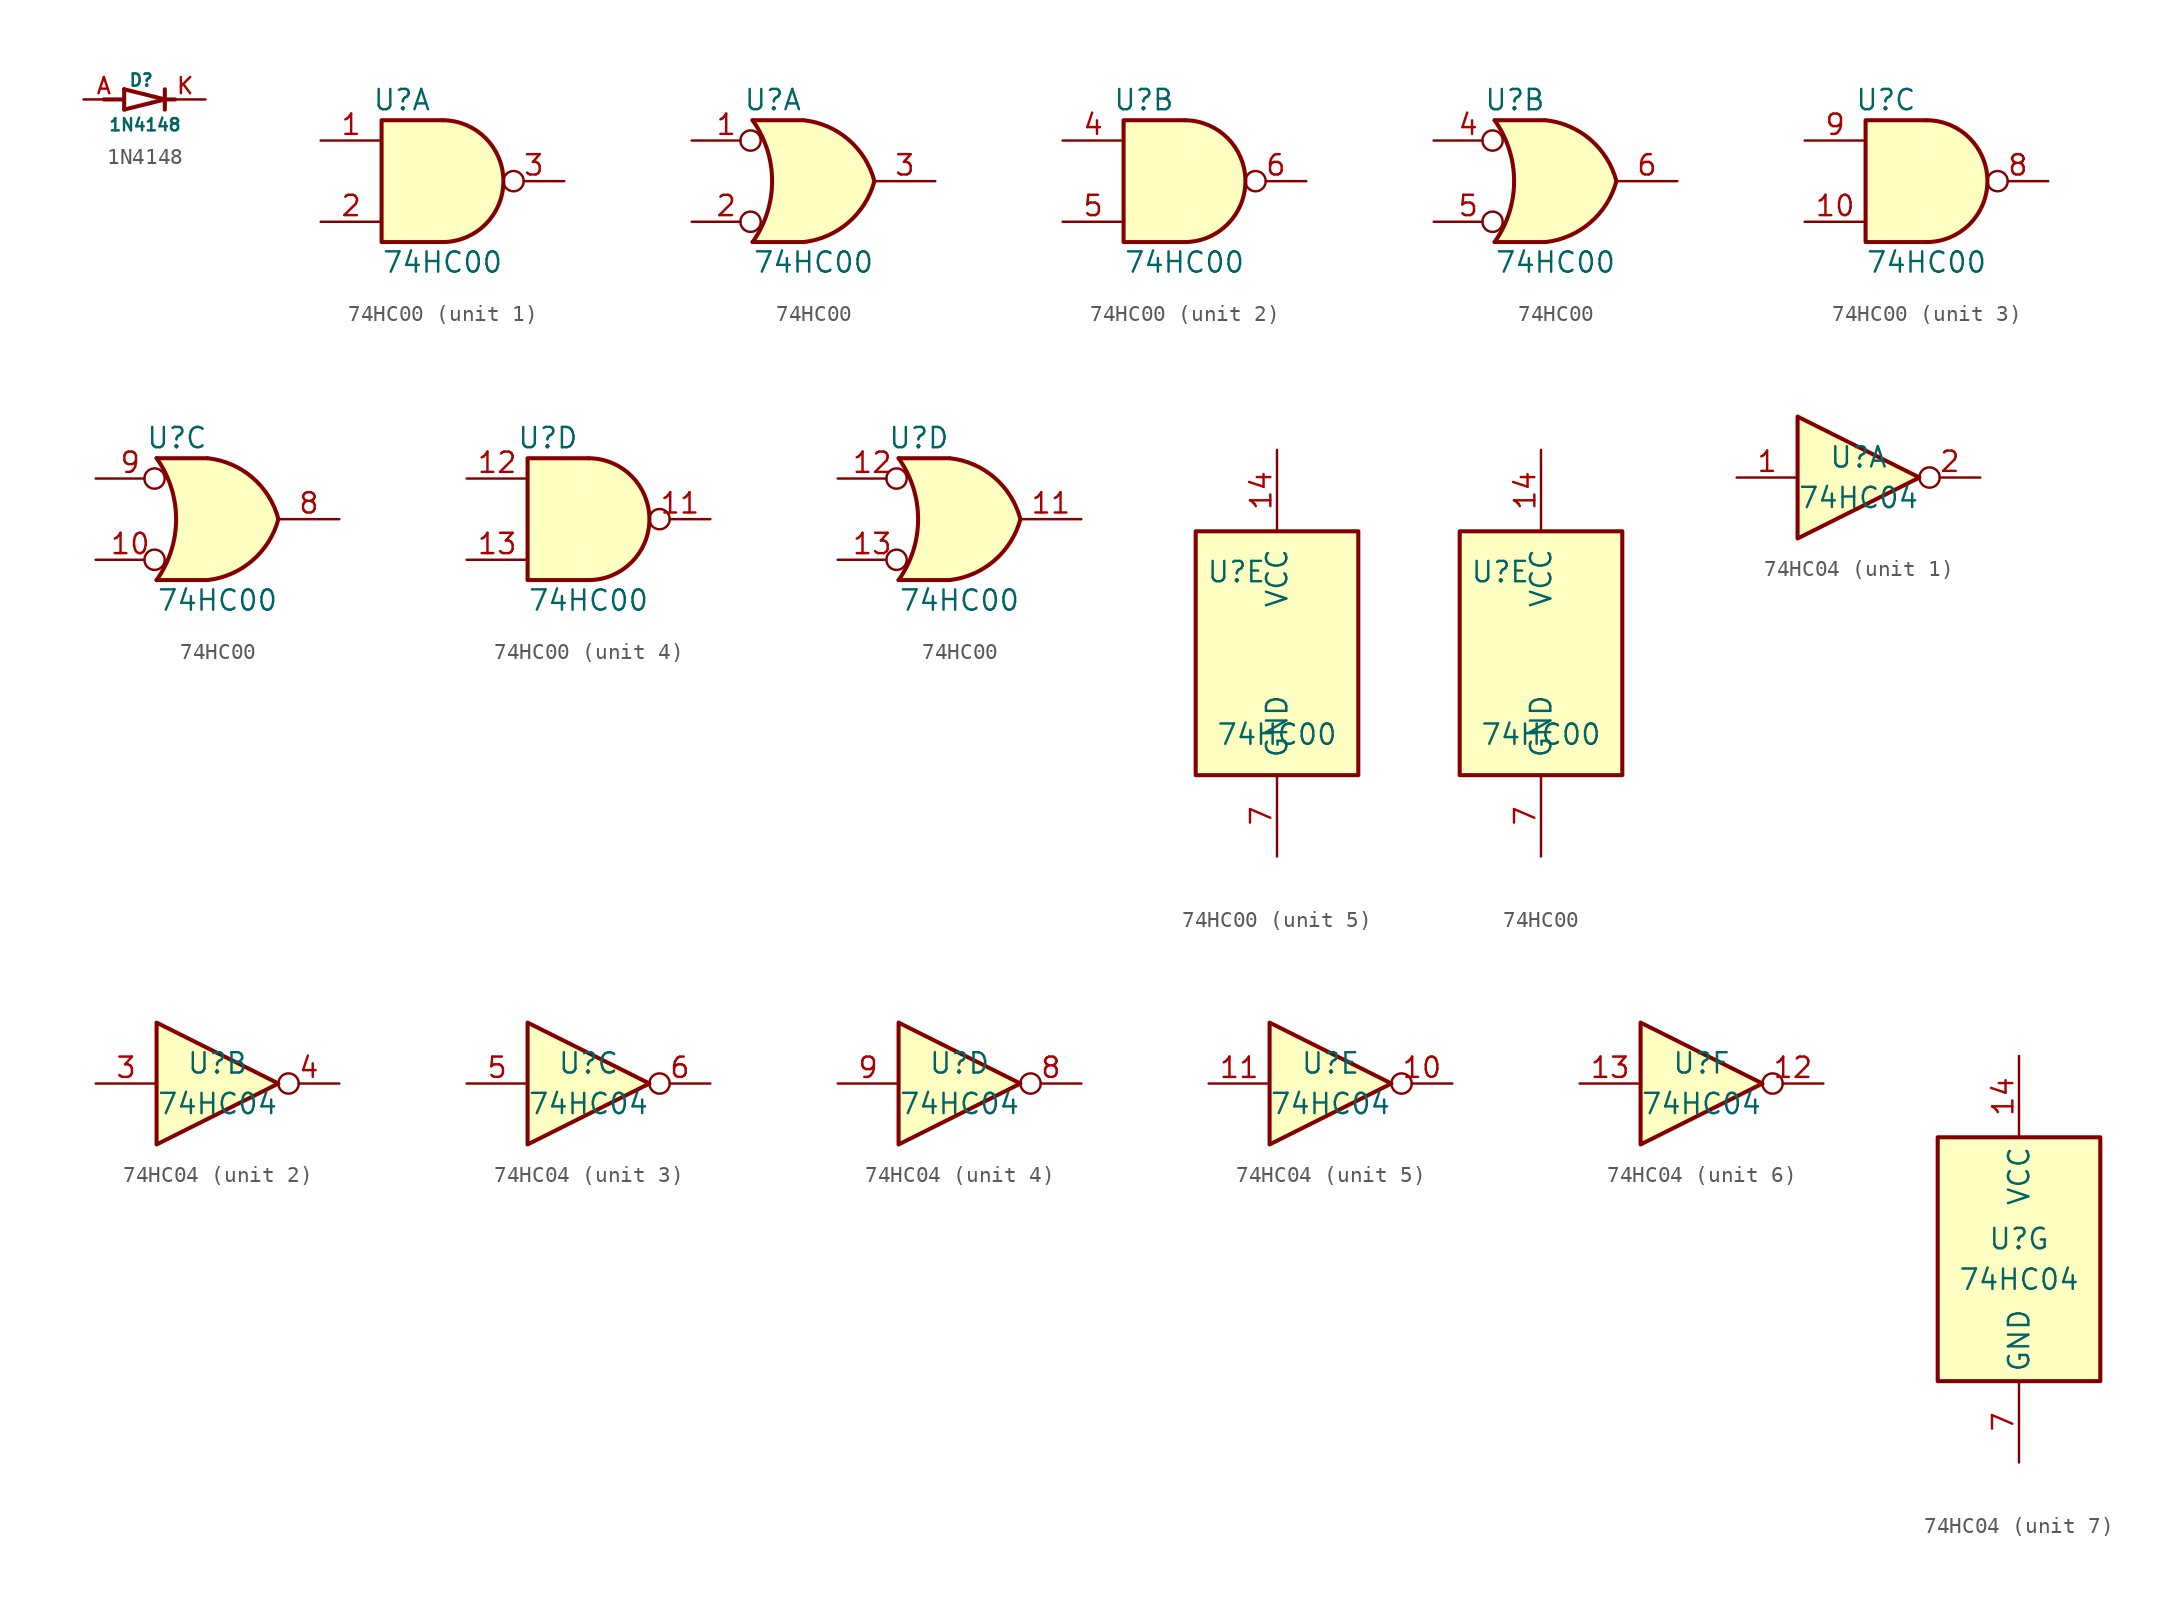
<source format=kicad_sym>
(kicad_symbol_lib
  (version 20241209)
  (generator "kicad_symbol_editor")
  (generator_version "9.0")
  (symbol "1N4148"
    (pin_names
      (offset 1.016))
    (property "Reference" "D"
      (at -1.016 0.762 0)
      (effects (font (size 0.762 0.762)) (justify left bottom)))
    (property "Value" "1N4148"
      (at -2.286 -2.032 0)
      (effects (font (size 0.762 0.762)) (justify left bottom)))
    (symbol "1N4148_0_0"
      (polyline (pts (xy -2.54 0) (xy -1.27 0)) (stroke (width 0.254) (type default)) (fill (type none)))
      (polyline (pts (xy -1.27 0.635) (xy -1.27 -0.635)) (stroke (width 0.254) (type default)) (fill (type none)))
      (polyline (pts (xy -1.27 -0.635) (xy 1.27 0)) (stroke (width 0.254) (type default)) (fill (type none)))
      (polyline (pts (xy 1.27 0.635) (xy 1.27 -0.635)) (stroke (width 0.254) (type default)) (fill (type none)))
      (polyline (pts (xy 1.27 0) (xy -1.27 0.635)) (stroke (width 0.254) (type default)) (fill (type none)))
      (polyline (pts (xy 1.27 0) (xy 1.905 0)) (stroke (width 0.254) (type default)) (fill (type none)))
      (pin passive line (at -3.81 0 0) (length 2.54) (name "~" (effects (font (size 1.016 1.016)))) (number "A" (effects (font (size 1.016 1.016)))))
      (pin passive line (at 3.81 0 180) (length 2.54) (name "~" (effects (font (size 1.016 1.016)))) (number "K" (effects (font (size 1.016 1.016)))))))
  (symbol "74HC00"
    (pin_names
      (offset 1.016))
    (property "Reference" "U"
      (at -2.54 5.08 0)
      (effects (font (size 1.27 1.27))))
    (property "Value" "74HC00"
      (at 0 -5.08 0)
      (effects (font (size 1.27 1.27))))
    (property "ki_locked" ""
      (at 0 0 0)
      (effects (font (size 1.27 1.27))))
    (symbol "74HC00_1_1"
      (arc (start 0 3.81) (mid 3.7934 0) (end 0 -3.81) (stroke (width 0.254) (type default)) (fill (type background)))
      (polyline (pts (xy 0 3.81) (xy -3.81 3.81) (xy -3.81 -3.81) (xy 0 -3.81)) (stroke (width 0.254) (type default)) (fill (type background)))
      (pin input line (at -7.62 2.54 0) (length 3.81) (name "~" (effects (font (size 1.27 1.27)))) (number "1" (effects (font (size 1.27 1.27)))))
      (pin input line (at -7.62 -2.54 0) (length 3.81) (name "~" (effects (font (size 1.27 1.27)))) (number "2" (effects (font (size 1.27 1.27)))))
      (pin output inverted (at 7.62 0 180) (length 3.81) (name "~" (effects (font (size 1.27 1.27)))) (number "3" (effects (font (size 1.27 1.27))))))
    (symbol "74HC00_1_2"
      (arc (start -3.81 3.81) (mid -2.589 0) (end -3.81 -3.81) (stroke (width 0.254) (type default)) (fill (type none)))
      (polyline (pts (xy -3.81 3.81) (xy -0.635 3.81)) (stroke (width 0.254) (type default)) (fill (type background)))
      (polyline (pts (xy -3.81 -3.81) (xy -0.635 -3.81)) (stroke (width 0.254) (type default)) (fill (type background)))
      (arc (start 3.81 0) (mid 2.1855 -2.584) (end -0.6096 -3.81) (stroke (width 0.254) (type default)) (fill (type background)))
      (arc (start -0.6096 3.81) (mid 2.1928 2.5924) (end 3.81 0) (stroke (width 0.254) (type default)) (fill (type background)))
      (polyline (pts (xy -0.635 3.81) (xy -3.81 3.81) (xy -3.81 3.81) (xy -3.556 3.404) (xy -3.023 2.261) (xy -2.692 1.041) (xy -2.616 -0.254) (xy -2.769 -1.499) (xy -3.175 -2.718) (xy -3.81 -3.81) (xy -3.81 -3.81) (xy -0.635 -3.81)) (stroke (width -25.4) (type default)) (fill (type background)))
      (pin input inverted (at -7.62 2.54 0) (length 4.318) (name "~" (effects (font (size 1.27 1.27)))) (number "1" (effects (font (size 1.27 1.27)))))
      (pin input inverted (at -7.62 -2.54 0) (length 4.318) (name "~" (effects (font (size 1.27 1.27)))) (number "2" (effects (font (size 1.27 1.27)))))
      (pin output line (at 7.62 0 180) (length 3.81) (name "~" (effects (font (size 1.27 1.27)))) (number "3" (effects (font (size 1.27 1.27))))))
    (symbol "74HC00_2_1"
      (arc (start 0 3.81) (mid 3.7934 0) (end 0 -3.81) (stroke (width 0.254) (type default)) (fill (type background)))
      (polyline (pts (xy 0 3.81) (xy -3.81 3.81) (xy -3.81 -3.81) (xy 0 -3.81)) (stroke (width 0.254) (type default)) (fill (type background)))
      (pin input line (at -7.62 2.54 0) (length 3.81) (name "~" (effects (font (size 1.27 1.27)))) (number "4" (effects (font (size 1.27 1.27)))))
      (pin input line (at -7.62 -2.54 0) (length 3.81) (name "~" (effects (font (size 1.27 1.27)))) (number "5" (effects (font (size 1.27 1.27)))))
      (pin output inverted (at 7.62 0 180) (length 3.81) (name "~" (effects (font (size 1.27 1.27)))) (number "6" (effects (font (size 1.27 1.27))))))
    (symbol "74HC00_2_2"
      (arc (start -3.81 3.81) (mid -2.589 0) (end -3.81 -3.81) (stroke (width 0.254) (type default)) (fill (type none)))
      (polyline (pts (xy -3.81 3.81) (xy -0.635 3.81)) (stroke (width 0.254) (type default)) (fill (type background)))
      (polyline (pts (xy -3.81 -3.81) (xy -0.635 -3.81)) (stroke (width 0.254) (type default)) (fill (type background)))
      (arc (start 3.81 0) (mid 2.1855 -2.584) (end -0.6096 -3.81) (stroke (width 0.254) (type default)) (fill (type background)))
      (arc (start -0.6096 3.81) (mid 2.1928 2.5924) (end 3.81 0) (stroke (width 0.254) (type default)) (fill (type background)))
      (polyline (pts (xy -0.635 3.81) (xy -3.81 3.81) (xy -3.81 3.81) (xy -3.556 3.404) (xy -3.023 2.261) (xy -2.692 1.041) (xy -2.616 -0.254) (xy -2.769 -1.499) (xy -3.175 -2.718) (xy -3.81 -3.81) (xy -3.81 -3.81) (xy -0.635 -3.81)) (stroke (width -25.4) (type default)) (fill (type background)))
      (pin input inverted (at -7.62 2.54 0) (length 4.318) (name "~" (effects (font (size 1.27 1.27)))) (number "4" (effects (font (size 1.27 1.27)))))
      (pin input inverted (at -7.62 -2.54 0) (length 4.318) (name "~" (effects (font (size 1.27 1.27)))) (number "5" (effects (font (size 1.27 1.27)))))
      (pin output line (at 7.62 0 180) (length 3.81) (name "~" (effects (font (size 1.27 1.27)))) (number "6" (effects (font (size 1.27 1.27))))))
    (symbol "74HC00_3_1"
      (arc (start 0 3.81) (mid 3.7934 0) (end 0 -3.81) (stroke (width 0.254) (type default)) (fill (type background)))
      (polyline (pts (xy 0 3.81) (xy -3.81 3.81) (xy -3.81 -3.81) (xy 0 -3.81)) (stroke (width 0.254) (type default)) (fill (type background)))
      (pin input line (at -7.62 2.54 0) (length 3.81) (name "~" (effects (font (size 1.27 1.27)))) (number "9" (effects (font (size 1.27 1.27)))))
      (pin input line (at -7.62 -2.54 0) (length 3.81) (name "~" (effects (font (size 1.27 1.27)))) (number "10" (effects (font (size 1.27 1.27)))))
      (pin output inverted (at 7.62 0 180) (length 3.81) (name "~" (effects (font (size 1.27 1.27)))) (number "8" (effects (font (size 1.27 1.27))))))
    (symbol "74HC00_3_2"
      (arc (start -3.81 3.81) (mid -2.589 0) (end -3.81 -3.81) (stroke (width 0.254) (type default)) (fill (type none)))
      (polyline (pts (xy -3.81 3.81) (xy -0.635 3.81)) (stroke (width 0.254) (type default)) (fill (type background)))
      (polyline (pts (xy -3.81 -3.81) (xy -0.635 -3.81)) (stroke (width 0.254) (type default)) (fill (type background)))
      (arc (start 3.81 0) (mid 2.1855 -2.584) (end -0.6096 -3.81) (stroke (width 0.254) (type default)) (fill (type background)))
      (arc (start -0.6096 3.81) (mid 2.1928 2.5924) (end 3.81 0) (stroke (width 0.254) (type default)) (fill (type background)))
      (polyline (pts (xy -0.635 3.81) (xy -3.81 3.81) (xy -3.81 3.81) (xy -3.556 3.404) (xy -3.023 2.261) (xy -2.692 1.041) (xy -2.616 -0.254) (xy -2.769 -1.499) (xy -3.175 -2.718) (xy -3.81 -3.81) (xy -3.81 -3.81) (xy -0.635 -3.81)) (stroke (width -25.4) (type default)) (fill (type background)))
      (pin input inverted (at -7.62 2.54 0) (length 4.318) (name "~" (effects (font (size 1.27 1.27)))) (number "9" (effects (font (size 1.27 1.27)))))
      (pin input inverted (at -7.62 -2.54 0) (length 4.318) (name "~" (effects (font (size 1.27 1.27)))) (number "10" (effects (font (size 1.27 1.27)))))
      (pin output line (at 7.62 0 180) (length 3.81) (name "~" (effects (font (size 1.27 1.27)))) (number "8" (effects (font (size 1.27 1.27))))))
    (symbol "74HC00_4_1"
      (arc (start 0 3.81) (mid 3.7934 0) (end 0 -3.81) (stroke (width 0.254) (type default)) (fill (type background)))
      (polyline (pts (xy 0 3.81) (xy -3.81 3.81) (xy -3.81 -3.81) (xy 0 -3.81)) (stroke (width 0.254) (type default)) (fill (type background)))
      (pin input line (at -7.62 2.54 0) (length 3.81) (name "~" (effects (font (size 1.27 1.27)))) (number "12" (effects (font (size 1.27 1.27)))))
      (pin input line (at -7.62 -2.54 0) (length 3.81) (name "~" (effects (font (size 1.27 1.27)))) (number "13" (effects (font (size 1.27 1.27)))))
      (pin output inverted (at 7.62 0 180) (length 3.81) (name "~" (effects (font (size 1.27 1.27)))) (number "11" (effects (font (size 1.27 1.27))))))
    (symbol "74HC00_4_2"
      (arc (start -3.81 3.81) (mid -2.589 0) (end -3.81 -3.81) (stroke (width 0.254) (type default)) (fill (type none)))
      (polyline (pts (xy -3.81 3.81) (xy -0.635 3.81)) (stroke (width 0.254) (type default)) (fill (type background)))
      (polyline (pts (xy -3.81 -3.81) (xy -0.635 -3.81)) (stroke (width 0.254) (type default)) (fill (type background)))
      (arc (start 3.81 0) (mid 2.1855 -2.584) (end -0.6096 -3.81) (stroke (width 0.254) (type default)) (fill (type background)))
      (arc (start -0.6096 3.81) (mid 2.1928 2.5924) (end 3.81 0) (stroke (width 0.254) (type default)) (fill (type background)))
      (polyline (pts (xy -0.635 3.81) (xy -3.81 3.81) (xy -3.81 3.81) (xy -3.556 3.404) (xy -3.023 2.261) (xy -2.692 1.041) (xy -2.616 -0.254) (xy -2.769 -1.499) (xy -3.175 -2.718) (xy -3.81 -3.81) (xy -3.81 -3.81) (xy -0.635 -3.81)) (stroke (width -25.4) (type default)) (fill (type background)))
      (pin input inverted (at -7.62 2.54 0) (length 4.318) (name "~" (effects (font (size 1.27 1.27)))) (number "12" (effects (font (size 1.27 1.27)))))
      (pin input inverted (at -7.62 -2.54 0) (length 4.318) (name "~" (effects (font (size 1.27 1.27)))) (number "13" (effects (font (size 1.27 1.27)))))
      (pin output line (at 7.62 0 180) (length 3.81) (name "~" (effects (font (size 1.27 1.27)))) (number "11" (effects (font (size 1.27 1.27))))))
    (symbol "74HC00_5_0"
      (pin power_in line (at 0 12.7 270) (length 5.08) (name "VCC" (effects (font (size 1.27 1.27)))) (number "14" (effects (font (size 1.27 1.27)))))
      (pin power_in line (at 0 -12.7 90) (length 5.08) (name "GND" (effects (font (size 1.27 1.27)))) (number "7" (effects (font (size 1.27 1.27))))))
    (symbol "74HC00_5_1"
      (rectangle (start -5.08 7.62) (end 5.08 -7.62) (stroke (width 0.254) (type default)) (fill (type background))))
    (symbol "74HC00_5_2"
      (rectangle (start -5.08 7.62) (end 5.08 -7.62) (stroke (width 0.254) (type default)) (fill (type background)))))
  (symbol "74HC04"
    (property "Reference" "U"
      (at 0 1.27 0)
      (effects (font (size 1.27 1.27))))
    (property "Value" "74HC04"
      (at 0 -1.27 0)
      (effects (font (size 1.27 1.27))))
    (symbol "74HC04_1_0"
      (polyline (pts (xy -3.81 3.81) (xy -3.81 -3.81) (xy 3.81 0) (xy -3.81 3.81)) (stroke (width 0.254) (type default)) (fill (type background)))
      (pin input line (at -7.62 0 0) (length 3.81) (name "~" (effects (font (size 1.27 1.27)))) (number "1" (effects (font (size 1.27 1.27)))))
      (pin output inverted (at 7.62 0 180) (length 3.81) (name "~" (effects (font (size 1.27 1.27)))) (number "2" (effects (font (size 1.27 1.27))))))
    (symbol "74HC04_2_0"
      (polyline (pts (xy -3.81 3.81) (xy -3.81 -3.81) (xy 3.81 0) (xy -3.81 3.81)) (stroke (width 0.254) (type default)) (fill (type background)))
      (pin input line (at -7.62 0 0) (length 3.81) (name "~" (effects (font (size 1.27 1.27)))) (number "3" (effects (font (size 1.27 1.27)))))
      (pin output inverted (at 7.62 0 180) (length 3.81) (name "~" (effects (font (size 1.27 1.27)))) (number "4" (effects (font (size 1.27 1.27))))))
    (symbol "74HC04_3_0"
      (polyline (pts (xy -3.81 3.81) (xy -3.81 -3.81) (xy 3.81 0) (xy -3.81 3.81)) (stroke (width 0.254) (type default)) (fill (type background)))
      (pin input line (at -7.62 0 0) (length 3.81) (name "~" (effects (font (size 1.27 1.27)))) (number "5" (effects (font (size 1.27 1.27)))))
      (pin output inverted (at 7.62 0 180) (length 3.81) (name "~" (effects (font (size 1.27 1.27)))) (number "6" (effects (font (size 1.27 1.27))))))
    (symbol "74HC04_4_0"
      (polyline (pts (xy -3.81 3.81) (xy -3.81 -3.81) (xy 3.81 0) (xy -3.81 3.81)) (stroke (width 0.254) (type default)) (fill (type background)))
      (pin input line (at -7.62 0 0) (length 3.81) (name "~" (effects (font (size 1.27 1.27)))) (number "9" (effects (font (size 1.27 1.27)))))
      (pin output inverted (at 7.62 0 180) (length 3.81) (name "~" (effects (font (size 1.27 1.27)))) (number "8" (effects (font (size 1.27 1.27))))))
    (symbol "74HC04_5_0"
      (polyline (pts (xy -3.81 3.81) (xy -3.81 -3.81) (xy 3.81 0) (xy -3.81 3.81)) (stroke (width 0.254) (type default)) (fill (type background)))
      (pin input line (at -7.62 0 0) (length 3.81) (name "~" (effects (font (size 1.27 1.27)))) (number "11" (effects (font (size 1.27 1.27)))))
      (pin output inverted (at 7.62 0 180) (length 3.81) (name "~" (effects (font (size 1.27 1.27)))) (number "10" (effects (font (size 1.27 1.27))))))
    (symbol "74HC04_6_0"
      (polyline (pts (xy -3.81 3.81) (xy -3.81 -3.81) (xy 3.81 0) (xy -3.81 3.81)) (stroke (width 0.254) (type default)) (fill (type background)))
      (pin input line (at -7.62 0 0) (length 3.81) (name "~" (effects (font (size 1.27 1.27)))) (number "13" (effects (font (size 1.27 1.27)))))
      (pin output inverted (at 7.62 0 180) (length 3.81) (name "~" (effects (font (size 1.27 1.27)))) (number "12" (effects (font (size 1.27 1.27))))))
    (symbol "74HC04_7_0"
      (pin power_in line (at 0 12.7 270) (length 5.08) (name "VCC" (effects (font (size 1.27 1.27)))) (number "14" (effects (font (size 1.27 1.27)))))
      (pin power_in line (at 0 -12.7 90) (length 5.08) (name "GND" (effects (font (size 1.27 1.27)))) (number "7" (effects (font (size 1.27 1.27))))))
    (symbol "74HC04_7_1"
      (rectangle (start -5.08 7.62) (end 5.08 -7.62) (stroke (width 0.254) (type default)) (fill (type background))))))
</source>
